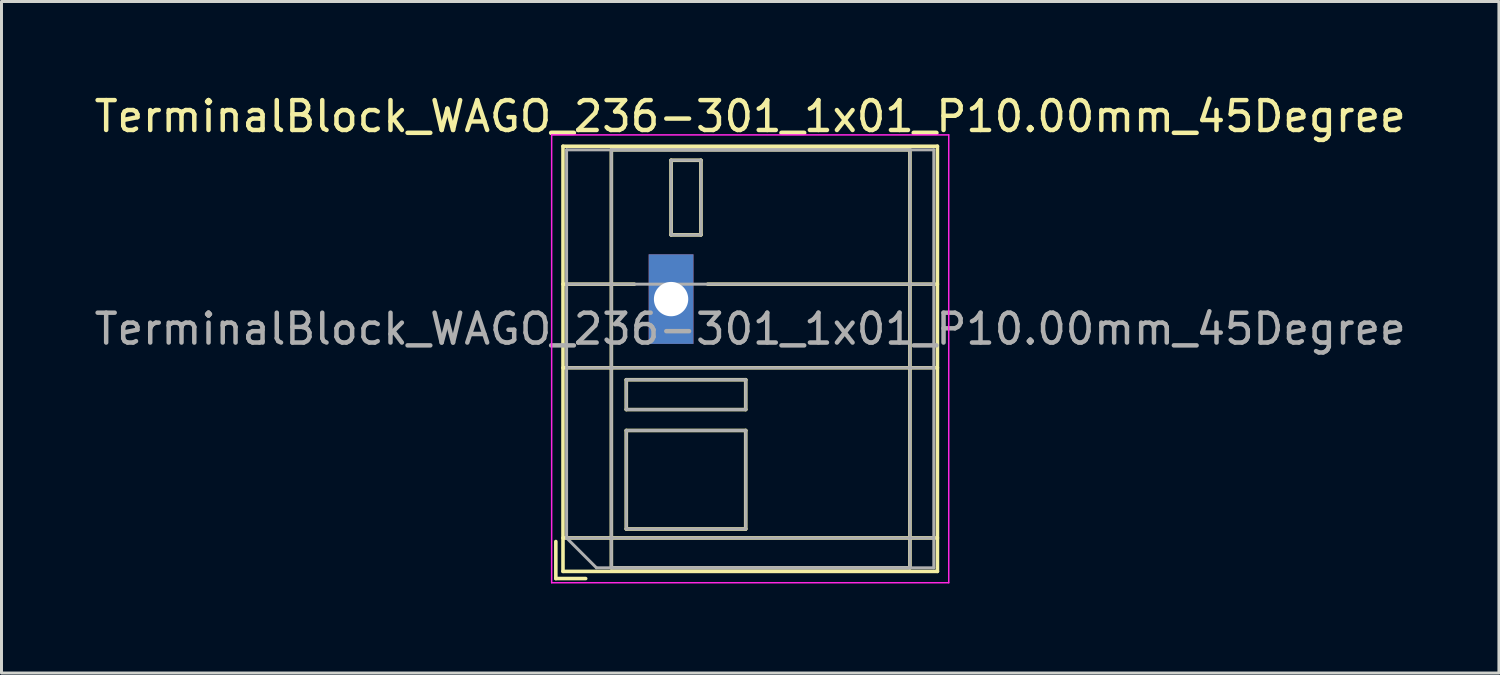
<source format=kicad_pcb>
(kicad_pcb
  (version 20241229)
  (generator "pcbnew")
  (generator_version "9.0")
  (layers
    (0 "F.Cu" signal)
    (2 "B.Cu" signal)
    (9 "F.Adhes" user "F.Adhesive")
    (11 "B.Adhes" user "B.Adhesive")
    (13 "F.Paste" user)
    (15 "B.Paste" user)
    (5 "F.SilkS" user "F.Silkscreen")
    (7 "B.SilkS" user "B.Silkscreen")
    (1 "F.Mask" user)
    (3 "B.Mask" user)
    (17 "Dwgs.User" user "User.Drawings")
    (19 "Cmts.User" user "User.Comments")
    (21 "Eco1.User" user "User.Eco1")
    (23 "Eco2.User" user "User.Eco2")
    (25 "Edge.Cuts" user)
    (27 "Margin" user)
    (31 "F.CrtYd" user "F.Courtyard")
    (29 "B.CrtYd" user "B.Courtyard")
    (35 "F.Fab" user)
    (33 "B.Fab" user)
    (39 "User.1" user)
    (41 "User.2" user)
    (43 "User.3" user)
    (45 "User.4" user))
  (footprint "TerminalBlock_WAGO_236-301_1x01_P10.00mm_45Degree"
    (layer "F.Cu")
    (at 19.427 6.968)
    (property "Reference" "TerminalBlock_WAGO_236-301_1x01_P10.00mm_45Degree" (at 2.65 -6.12 0) (layer "F.SilkS") (effects (font (size 1 1) (thickness 0.15))))
    (attr through_hole)
    (fp_line (start -3.86 8.12) (end -3.86 9.36) (stroke (width 0.12) (type solid)) (layer "F.SilkS"))
    (fp_line (start -3.86 9.36) (end -2.86 9.36) (stroke (width 0.12) (type solid)) (layer "F.SilkS"))
    (fp_line (start -3.62 -5.12) (end -3.62 9.12) (stroke (width 0.12) (type solid)) (layer "F.SilkS"))
    (fp_line (start -3.62 -5.12) (end 8.921 -5.12) (stroke (width 0.12) (type solid)) (layer "F.SilkS"))
    (fp_line (start -3.62 -0.5) (end -1.23 -0.5) (stroke (width 0.12) (type solid)) (layer "F.SilkS"))
    (fp_line (start -3.62 2.3) (end 8.921 2.3) (stroke (width 0.12) (type solid)) (layer "F.SilkS"))
    (fp_line (start -3.62 8) (end 8.921 8) (stroke (width 0.12) (type solid)) (layer "F.SilkS"))
    (fp_line (start -3.62 9.12) (end 8.921 9.12) (stroke (width 0.12) (type solid)) (layer "F.SilkS"))
    (fp_line (start -2 -5) (end -2 9) (stroke (width 0.12) (type solid)) (layer "F.SilkS"))
    (fp_line (start -2 -5) (end 8 -5) (stroke (width 0.12) (type solid)) (layer "F.SilkS"))
    (fp_line (start -2 9) (end 8 9) (stroke (width 0.12) (type solid)) (layer "F.SilkS"))
    (fp_line (start -1.5 2.7) (end -1.5 3.7) (stroke (width 0.12) (type solid)) (layer "F.SilkS"))
    (fp_line (start -1.5 2.7) (end 2.5 2.7) (stroke (width 0.12) (type solid)) (layer "F.SilkS"))
    (fp_line (start -1.5 3.7) (end 2.5 3.7) (stroke (width 0.12) (type solid)) (layer "F.SilkS"))
    (fp_line (start -1.5 4.4) (end -1.5 7.7) (stroke (width 0.12) (type solid)) (layer "F.SilkS"))
    (fp_line (start -1.5 4.4) (end 2.5 4.4) (stroke (width 0.12) (type solid)) (layer "F.SilkS"))
    (fp_line (start -1.5 7.7) (end 2.5 7.7) (stroke (width 0.12) (type solid)) (layer "F.SilkS"))
    (fp_line (start 0 -4.65) (end 0 -2.151) (stroke (width 0.12) (type solid)) (layer "F.SilkS"))
    (fp_line (start 0 -4.65) (end 1 -4.65) (stroke (width 0.12) (type solid)) (layer "F.SilkS"))
    (fp_line (start 0 -2.151) (end 1 -2.151) (stroke (width 0.12) (type solid)) (layer "F.SilkS"))
    (fp_line (start 1 -4.65) (end 1 -2.151) (stroke (width 0.12) (type solid)) (layer "F.SilkS"))
    (fp_line (start 1.23 -0.5) (end 8.921 -0.5) (stroke (width 0.12) (type solid)) (layer "F.SilkS"))
    (fp_line (start 2.5 2.7) (end 2.5 3.7) (stroke (width 0.12) (type solid)) (layer "F.SilkS"))
    (fp_line (start 2.5 4.4) (end 2.5 7.7) (stroke (width 0.12) (type solid)) (layer "F.SilkS"))
    (fp_line (start 8 -5) (end 8 9) (stroke (width 0.12) (type solid)) (layer "F.SilkS"))
    (fp_line (start 8.921 -5.12) (end 8.921 9.12) (stroke (width 0.12) (type solid)) (layer "F.SilkS"))
    (fp_line (start -4 -5.5) (end -4 9.5) (stroke (width 0.05) (type solid)) (layer "F.CrtYd"))
    (fp_line (start -4 9.5) (end 9.3 9.5) (stroke (width 0.05) (type solid)) (layer "F.CrtYd"))
    (fp_line (start 9.3 -5.5) (end -4 -5.5) (stroke (width 0.05) (type solid)) (layer "F.CrtYd"))
    (fp_line (start 9.3 9.5) (end 9.3 -5.5) (stroke (width 0.05) (type solid)) (layer "F.CrtYd"))
    (fp_line (start -3.5 -5) (end 8.8 -5) (stroke (width 0.1) (type solid)) (layer "F.Fab"))
    (fp_line (start -3.5 -0.5) (end 8.8 -0.5) (stroke (width 0.1) (type solid)) (layer "F.Fab"))
    (fp_line (start -3.5 2.3) (end 8.8 2.3) (stroke (width 0.1) (type solid)) (layer "F.Fab"))
    (fp_line (start -3.5 8) (end -3.5 -5) (stroke (width 0.1) (type solid)) (layer "F.Fab"))
    (fp_line (start -3.5 8) (end 8.8 8) (stroke (width 0.1) (type solid)) (layer "F.Fab"))
    (fp_line (start -2.5 9) (end -3.5 8) (stroke (width 0.1) (type solid)) (layer "F.Fab"))
    (fp_line (start -2 -5) (end -2 9) (stroke (width 0.1) (type solid)) (layer "F.Fab"))
    (fp_line (start -2 9) (end 8 9) (stroke (width 0.1) (type solid)) (layer "F.Fab"))
    (fp_line (start -1.5 2.7) (end -1.5 3.7) (stroke (width 0.1) (type solid)) (layer "F.Fab"))
    (fp_line (start -1.5 3.7) (end 2.5 3.7) (stroke (width 0.1) (type solid)) (layer "F.Fab"))
    (fp_line (start -1.5 4.4) (end -1.5 7.7) (stroke (width 0.1) (type solid)) (layer "F.Fab"))
    (fp_line (start -1.5 7.7) (end 2.5 7.7) (stroke (width 0.1) (type solid)) (layer "F.Fab"))
    (fp_line (start 0 -4.65) (end 0 -2.15) (stroke (width 0.1) (type solid)) (layer "F.Fab"))
    (fp_line (start 0 -2.15) (end 1 -2.15) (stroke (width 0.1) (type solid)) (layer "F.Fab"))
    (fp_line (start 1 -4.65) (end 0 -4.65) (stroke (width 0.1) (type solid)) (layer "F.Fab"))
    (fp_line (start 1 -2.15) (end 1 -4.65) (stroke (width 0.1) (type solid)) (layer "F.Fab"))
    (fp_line (start 2.5 2.7) (end -1.5 2.7) (stroke (width 0.1) (type solid)) (layer "F.Fab"))
    (fp_line (start 2.5 3.7) (end 2.5 2.7) (stroke (width 0.1) (type solid)) (layer "F.Fab"))
    (fp_line (start 2.5 4.4) (end -1.5 4.4) (stroke (width 0.1) (type solid)) (layer "F.Fab"))
    (fp_line (start 2.5 7.7) (end 2.5 4.4) (stroke (width 0.1) (type solid)) (layer "F.Fab"))
    (fp_line (start 8 -5) (end -2 -5) (stroke (width 0.1) (type solid)) (layer "F.Fab"))
    (fp_line (start 8 9) (end 8 -5) (stroke (width 0.1) (type solid)) (layer "F.Fab"))
    (fp_line (start 8.8 -5) (end 8.8 9) (stroke (width 0.1) (type solid)) (layer "F.Fab"))
    (fp_line (start 8.8 9) (end -2.5 9) (stroke (width 0.1) (type solid)) (layer "F.Fab"))
    (fp_text user "${REFERENCE}" (at 2.65 1 0) (layer "F.Fab") (effects (font (size 1 1) (thickness 0.15))))
    (pad "1" thru_hole rect (at 0 0) (size 1.5 3) (drill 1.15) (layers "*.Cu" "*.Mask")))
  (gr_rect
    (start -3 -3)
    (end 47.155 19.493)
    (stroke (width 0.1) (type default))
    (fill no)
    (layer "Edge.Cuts")))
</source>
